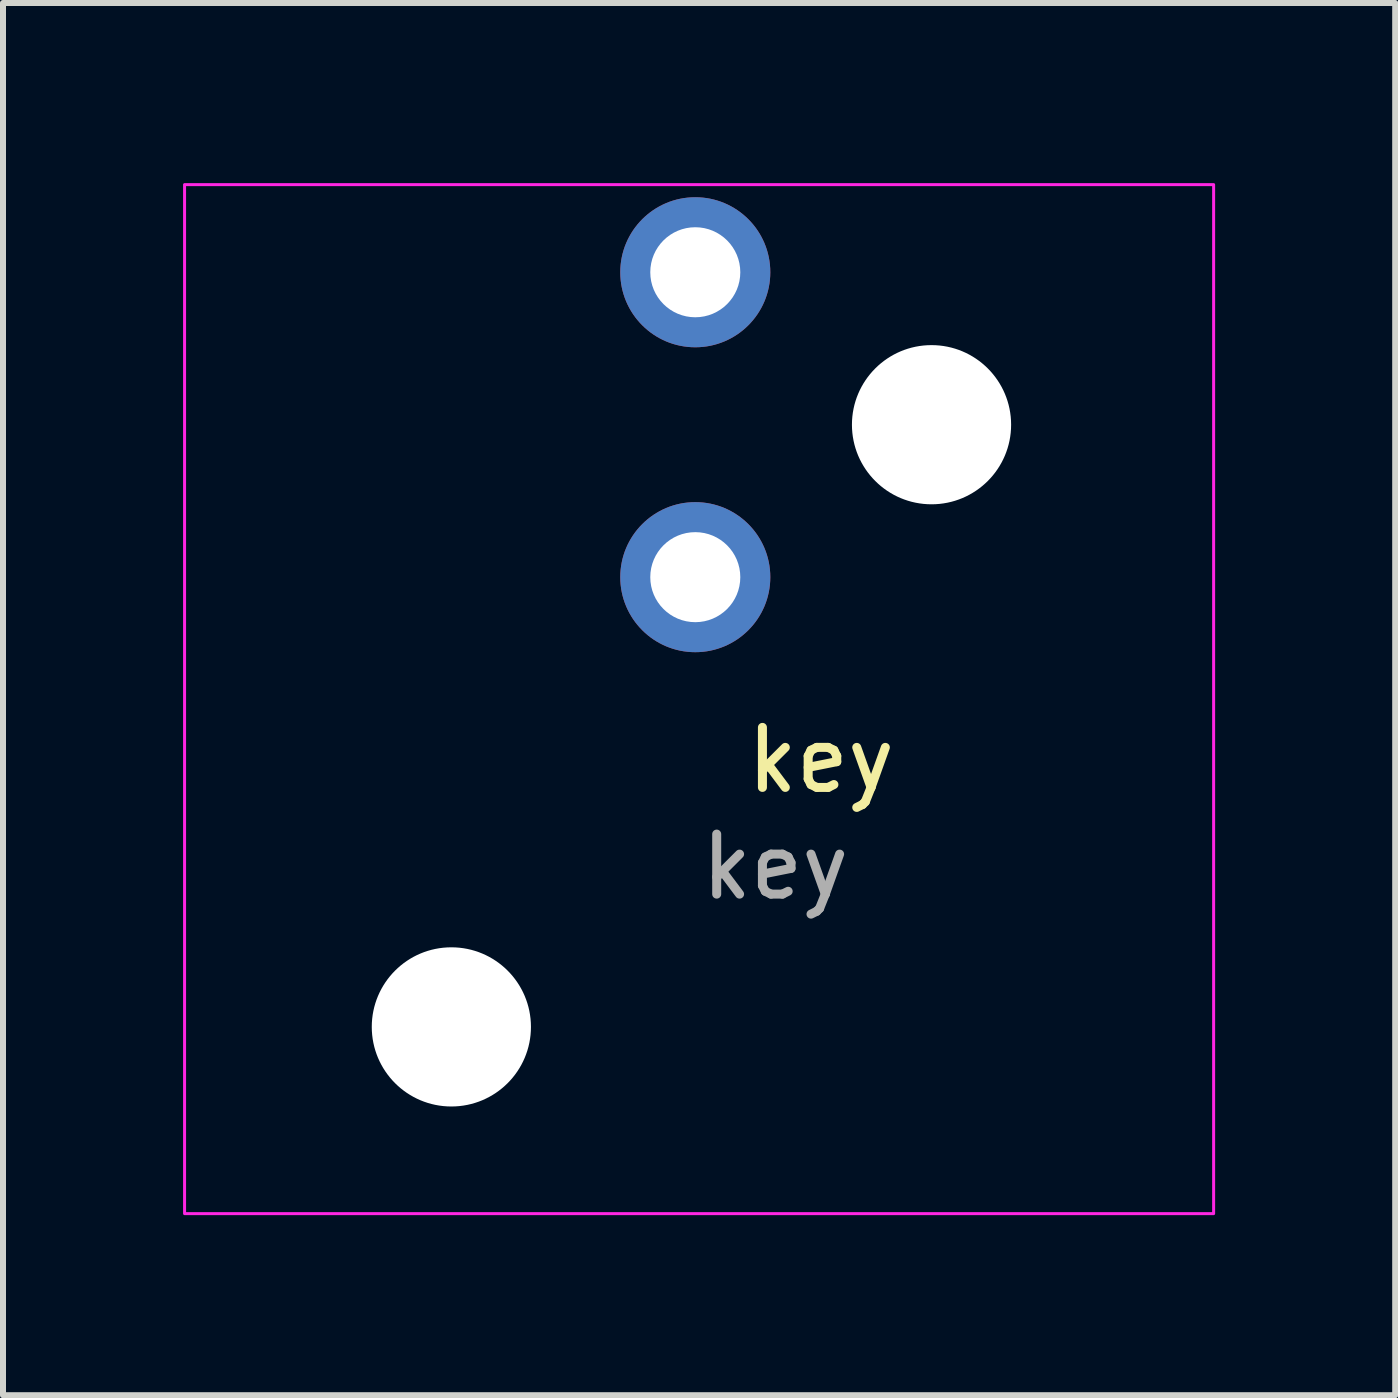
<source format=kicad_pcb>
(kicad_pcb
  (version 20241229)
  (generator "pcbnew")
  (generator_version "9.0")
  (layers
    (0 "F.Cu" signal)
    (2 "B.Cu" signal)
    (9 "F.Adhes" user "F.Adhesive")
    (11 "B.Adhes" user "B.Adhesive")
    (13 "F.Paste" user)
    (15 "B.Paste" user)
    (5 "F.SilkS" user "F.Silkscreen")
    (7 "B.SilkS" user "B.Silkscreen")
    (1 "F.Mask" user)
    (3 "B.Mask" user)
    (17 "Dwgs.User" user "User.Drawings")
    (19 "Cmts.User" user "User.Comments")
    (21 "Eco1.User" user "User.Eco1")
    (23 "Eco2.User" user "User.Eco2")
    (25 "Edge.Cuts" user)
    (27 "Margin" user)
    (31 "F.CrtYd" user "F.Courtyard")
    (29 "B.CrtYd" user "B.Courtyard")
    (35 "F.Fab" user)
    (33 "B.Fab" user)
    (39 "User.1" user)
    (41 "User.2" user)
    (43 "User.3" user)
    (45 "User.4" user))
  (footprint "key"
    (layer "F.Cu")
    (at 8.47 8.598)
    (property "Reference" "key" (at 2.159 1.016 0) (unlocked yes) (layer "F.SilkS") (effects (font (size 1 1) (thickness 0.15))))
    (attr through_hole)
    (fp_rect (start -8.445 -8.572) (end 8.7 8.572) (stroke (width 0.05) (type default)) (fill no) (layer "F.CrtYd"))
    (fp_text user "${REFERENCE}" (at 1.397 2.794 0) (unlocked yes) (layer "F.Fab") (effects (font (size 1 1) (thickness 0.15))))
    (pad "" np_thru_hole circle (at -4 5.461) (size 2.652 2.652) (drill 3.1) (layers "*.Cu" "*.Mask"))
    (pad "" np_thru_hole circle (at 4 -4.572) (size 2.652 2.652) (drill 3.1) (layers "*.Cu" "*.Mask"))
    (pad "1" thru_hole circle (at 0.064 -7.112) (size 2.5 2.5) (drill 1.5) (layers "*.Cu" "*.Mask"))
    (pad "2" thru_hole circle (at 0.064 -2.032) (size 2.5 2.5) (drill 1.5) (layers "*.Cu" "*.Mask")))
  (gr_rect
    (start -3 -3)
    (end 20.195 20.195)
    (stroke (width 0.1) (type default))
    (fill no)
    (layer "Edge.Cuts")))
</source>
